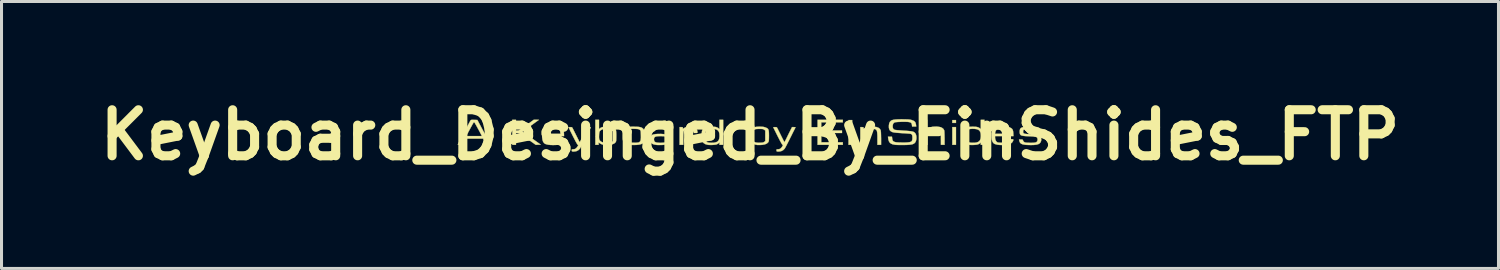
<source format=kicad_pcb>
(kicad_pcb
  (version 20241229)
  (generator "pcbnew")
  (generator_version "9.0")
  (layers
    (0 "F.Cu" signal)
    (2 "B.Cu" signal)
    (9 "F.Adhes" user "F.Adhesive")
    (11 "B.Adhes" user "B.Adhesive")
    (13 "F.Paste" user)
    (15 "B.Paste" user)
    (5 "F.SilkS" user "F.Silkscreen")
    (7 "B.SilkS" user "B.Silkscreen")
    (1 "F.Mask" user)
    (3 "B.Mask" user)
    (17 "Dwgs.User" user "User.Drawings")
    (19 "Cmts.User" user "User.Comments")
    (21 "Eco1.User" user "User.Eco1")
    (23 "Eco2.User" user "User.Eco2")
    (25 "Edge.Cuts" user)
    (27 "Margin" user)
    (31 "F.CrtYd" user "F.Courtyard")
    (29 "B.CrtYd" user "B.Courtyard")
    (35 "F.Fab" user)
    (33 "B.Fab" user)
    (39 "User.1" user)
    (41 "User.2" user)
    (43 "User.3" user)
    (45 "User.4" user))
  (footprint "Keyboard_Desinged_By_EinShides_FTP"
    (layer "F.Cu")
    (at 21.779 1.418)
    (property "Reference" "Keyboard_Desinged_By_EinShides_FTP" (at 0 0 0) (layer "F.SilkS") (effects (font (size 1.524 1.524) (thickness 0.3))))
    (attr through_hole)
    (fp_poly (pts (xy 3.382 -0.4) (xy 3.261 -0.4) (xy 3.261 -0.493) (xy 3.382 -0.493) (xy 3.382 -0.4)) (stroke (width 0.01) (type solid)) (fill yes) (layer "F.SilkS"))
    (fp_poly (pts (xy 3.382 0.325) (xy 3.261 0.325) (xy 3.261 -0.26) (xy 3.382 -0.26) (xy 3.382 0.325)) (stroke (width 0.01) (type solid)) (fill yes) (layer "F.SilkS"))
    (fp_poly (pts (xy 6.818 -0.4) (xy 6.697 -0.4) (xy 6.697 -0.493) (xy 6.818 -0.493) (xy 6.818 -0.4)) (stroke (width 0.01) (type solid)) (fill yes) (layer "F.SilkS"))
    (fp_poly (pts (xy 6.818 0.325) (xy 6.697 0.325) (xy 6.697 -0.26) (xy 6.818 -0.26) (xy 6.818 0.325)) (stroke (width 0.01) (type solid)) (fill yes) (layer "F.SilkS"))
    (fp_poly (pts (xy 3.072 -0.418) (xy 2.358 -0.418) (xy 2.358 -0.149) (xy 3.045 -0.149) (xy 3.045 -0.065) (xy 2.358 -0.065) (xy 2.358 0.242) (xy 3.072 0.242) (xy 3.072 0.325) (xy 2.237 0.325) (xy 2.237 -0.502) (xy 3.072 -0.502) (xy 3.072 -0.418)) (stroke (width 0.01) (type solid)) (fill yes) (layer "F.SilkS"))
    (fp_poly (pts (xy -1.912 -0.274) (xy -1.849 -0.258) (xy -1.799 -0.227) (xy -1.762 -0.182) (xy -1.742 -0.127) (xy -1.738 -0.088) (xy -1.741 -0.074) (xy -1.754 -0.067) (xy -1.785 -0.065) (xy -1.797 -0.065) (xy -1.856 -0.065) (xy -1.864 -0.114) (xy -1.879 -0.157) (xy -1.908 -0.185) (xy -1.954 -0.2) (xy -2.013 -0.204) (xy -2.086 -0.197) (xy -2.143 -0.177) (xy -2.183 -0.145) (xy -2.192 -0.13) (xy -2.199 -0.107) (xy -2.203 -0.065) (xy -2.207 -0.007) (xy -2.209 0.068) (xy -2.209 0.114) (xy -2.21 0.325) (xy -2.331 0.325) (xy -2.331 -0.26) (xy -2.277 -0.26) (xy -2.243 -0.259) (xy -2.227 -0.253) (xy -2.223 -0.238) (xy -2.223 -0.231) (xy -2.223 -0.202) (xy -2.171 -0.235) (xy -2.107 -0.262) (xy -2.028 -0.276) (xy -1.938 -0.277) (xy -1.912 -0.274)) (stroke (width 0.01) (type solid)) (fill yes) (layer "F.SilkS"))
    (fp_poly (pts (xy -7.748 -0.149) (xy -7.696 -0.149) (xy -7.679 -0.149) (xy -7.663 -0.152) (xy -7.646 -0.158) (xy -7.624 -0.169) (xy -7.595 -0.187) (xy -7.557 -0.213) (xy -7.506 -0.249) (xy -7.441 -0.296) (xy -7.403 -0.325) (xy -7.162 -0.501) (xy -7.075 -0.501) (xy -6.988 -0.502) (xy -7.049 -0.458) (xy -7.077 -0.438) (xy -7.119 -0.407) (xy -7.173 -0.368) (xy -7.234 -0.324) (xy -7.298 -0.278) (xy -7.321 -0.261) (xy -7.532 -0.109) (xy -7.23 0.106) (xy -6.928 0.321) (xy -7.011 0.323) (xy -7.093 0.326) (xy -7.368 0.131) (xy -7.447 0.074) (xy -7.51 0.03) (xy -7.559 -0.004) (xy -7.596 -0.028) (xy -7.624 -0.045) (xy -7.646 -0.056) (xy -7.663 -0.062) (xy -7.679 -0.065) (xy -7.694 -0.065) (xy -7.695 -0.065) (xy -7.748 -0.065) (xy -7.748 0.325) (xy -7.869 0.325) (xy -7.869 -0.502) (xy -7.748 -0.502) (xy -7.748 -0.149)) (stroke (width 0.01) (type solid)) (fill yes) (layer "F.SilkS"))
    (fp_poly (pts (xy 5.862 -0.203) (xy 5.908 -0.231) (xy 5.967 -0.255) (xy 6.044 -0.271) (xy 6.134 -0.277) (xy 6.196 -0.276) (xy 6.284 -0.264) (xy 6.351 -0.24) (xy 6.398 -0.205) (xy 6.427 -0.157) (xy 6.428 -0.153) (xy 6.432 -0.133) (xy 6.435 -0.098) (xy 6.437 -0.051) (xy 6.439 0.006) (xy 6.44 0.068) (xy 6.441 0.105) (xy 6.441 0.325) (xy 6.32 0.325) (xy 6.319 0.118) (xy 6.319 0.034) (xy 6.316 -0.035) (xy 6.312 -0.088) (xy 6.303 -0.128) (xy 6.29 -0.158) (xy 6.271 -0.178) (xy 6.245 -0.191) (xy 6.211 -0.198) (xy 6.169 -0.202) (xy 6.145 -0.203) (xy 6.087 -0.204) (xy 6.044 -0.2) (xy 6.003 -0.19) (xy 5.989 -0.186) (xy 5.956 -0.173) (xy 5.93 -0.16) (xy 5.91 -0.143) (xy 5.896 -0.12) (xy 5.886 -0.089) (xy 5.88 -0.047) (xy 5.877 0.007) (xy 5.875 0.077) (xy 5.875 0.118) (xy 5.875 0.325) (xy 5.754 0.325) (xy 5.754 -0.502) (xy 5.862 -0.502) (xy 5.862 -0.203)) (stroke (width 0.01) (type solid)) (fill yes) (layer "F.SilkS"))
    (fp_poly (pts (xy 4.094 -0.276) (xy 4.182 -0.264) (xy 4.249 -0.24) (xy 4.296 -0.205) (xy 4.325 -0.157) (xy 4.326 -0.153) (xy 4.329 -0.133) (xy 4.333 -0.098) (xy 4.335 -0.051) (xy 4.337 0.006) (xy 4.338 0.068) (xy 4.339 0.105) (xy 4.339 0.325) (xy 4.218 0.325) (xy 4.217 0.118) (xy 4.217 0.034) (xy 4.214 -0.035) (xy 4.209 -0.088) (xy 4.201 -0.128) (xy 4.188 -0.158) (xy 4.169 -0.178) (xy 4.143 -0.191) (xy 4.109 -0.198) (xy 4.067 -0.202) (xy 4.043 -0.203) (xy 3.954 -0.201) (xy 3.883 -0.186) (xy 3.831 -0.158) (xy 3.801 -0.127) (xy 3.792 -0.112) (xy 3.785 -0.097) (xy 3.78 -0.078) (xy 3.776 -0.052) (xy 3.774 -0.018) (xy 3.773 0.029) (xy 3.773 0.091) (xy 3.773 0.119) (xy 3.773 0.325) (xy 3.652 0.325) (xy 3.652 -0.26) (xy 3.706 -0.26) (xy 3.74 -0.259) (xy 3.755 -0.253) (xy 3.759 -0.238) (xy 3.759 -0.231) (xy 3.759 -0.203) (xy 3.806 -0.231) (xy 3.865 -0.255) (xy 3.942 -0.271) (xy 4.032 -0.277) (xy 4.094 -0.276)) (stroke (width 0.01) (type solid)) (fill yes) (layer "F.SilkS"))
    (fp_poly (pts (xy -9.133 -0.5) (xy -9.026 -0.497) (xy -8.907 -0.274) (xy -8.867 -0.199) (xy -8.822 -0.116) (xy -8.777 -0.032) (xy -8.734 0.049) (xy -8.697 0.12) (xy -8.687 0.138) (xy -8.586 0.326) (xy -8.723 0.321) (xy -8.778 0.221) (xy -8.833 0.121) (xy -9.136 0.121) (xy -9.439 0.121) (xy -9.493 0.223) (xy -9.547 0.325) (xy -9.611 0.325) (xy -9.648 0.324) (xy -9.671 0.321) (xy -9.675 0.318) (xy -9.67 0.309) (xy -9.658 0.284) (xy -9.638 0.246) (xy -9.613 0.197) (xy -9.582 0.138) (xy -9.548 0.074) (xy -9.528 0.035) (xy -9.392 0.035) (xy -9.379 0.035) (xy -9.344 0.036) (xy -9.289 0.037) (xy -9.22 0.037) (xy -9.141 0.037) (xy -8.878 0.037) (xy -8.888 0.016) (xy -8.901 -0.012) (xy -8.921 -0.052) (xy -8.946 -0.099) (xy -8.974 -0.152) (xy -9.004 -0.206) (xy -9.033 -0.26) (xy -9.06 -0.309) (xy -9.085 -0.352) (xy -9.104 -0.386) (xy -9.117 -0.406) (xy -9.121 -0.412) (xy -9.141 -0.417) (xy -9.15 -0.412) (xy -9.157 -0.402) (xy -9.171 -0.378) (xy -9.192 -0.341) (xy -9.217 -0.296) (xy -9.245 -0.245) (xy -9.274 -0.191) (xy -9.304 -0.137) (xy -9.331 -0.086) (xy -9.355 -0.04) (xy -9.374 -0.003) (xy -9.387 0.023) (xy -9.392 0.035) (xy -9.392 0.035) (xy -9.528 0.035) (xy -9.512 0.004) (xy -9.473 -0.068) (xy -9.435 -0.14) (xy -9.398 -0.211) (xy -9.362 -0.278) (xy -9.33 -0.339) (xy -9.302 -0.391) (xy -9.279 -0.434) (xy -9.262 -0.464) (xy -9.255 -0.477) (xy -9.247 -0.49) (xy -9.235 -0.497) (xy -9.215 -0.5) (xy -9.179 -0.501) (xy -9.133 -0.5)) (stroke (width 0.01) (type solid)) (fill yes) (layer "F.SilkS"))
    (fp_poly (pts (xy -0.889 0.325) (xy -1.011 0.325) (xy -1.011 0.248) (xy -1.039 0.273) (xy -1.072 0.296) (xy -1.108 0.313) (xy -1.146 0.321) (xy -1.202 0.327) (xy -1.266 0.331) (xy -1.329 0.331) (xy -1.381 0.328) (xy -1.397 0.326) (xy -1.472 0.306) (xy -1.529 0.273) (xy -1.563 0.237) (xy -1.575 0.219) (xy -1.584 0.202) (xy -1.59 0.183) (xy -1.594 0.159) (xy -1.596 0.125) (xy -1.597 0.079) (xy -1.597 0.028) (xy -1.597 0.023) (xy -1.475 0.023) (xy -1.474 0.091) (xy -1.471 0.143) (xy -1.464 0.182) (xy -1.452 0.209) (xy -1.436 0.228) (xy -1.413 0.241) (xy -1.396 0.247) (xy -1.345 0.256) (xy -1.28 0.259) (xy -1.212 0.257) (xy -1.156 0.249) (xy -1.102 0.232) (xy -1.062 0.205) (xy -1.034 0.167) (xy -1.018 0.115) (xy -1.011 0.047) (xy -1.011 0.028) (xy -1.015 -0.044) (xy -1.029 -0.1) (xy -1.054 -0.141) (xy -1.091 -0.171) (xy -1.142 -0.19) (xy -1.156 -0.194) (xy -1.221 -0.202) (xy -1.293 -0.204) (xy -1.359 -0.199) (xy -1.386 -0.194) (xy -1.416 -0.185) (xy -1.439 -0.171) (xy -1.455 -0.151) (xy -1.466 -0.121) (xy -1.472 -0.079) (xy -1.475 -0.024) (xy -1.475 0.023) (xy -1.597 0.023) (xy -1.597 -0.031) (xy -1.596 -0.075) (xy -1.593 -0.107) (xy -1.589 -0.131) (xy -1.583 -0.149) (xy -1.574 -0.166) (xy -1.563 -0.181) (xy -1.528 -0.22) (xy -1.484 -0.247) (xy -1.428 -0.264) (xy -1.354 -0.272) (xy -1.28 -0.274) (xy -1.199 -0.272) (xy -1.139 -0.265) (xy -1.093 -0.252) (xy -1.056 -0.231) (xy -1.039 -0.217) (xy -1.011 -0.193) (xy -1.011 -0.502) (xy -0.889 -0.502) (xy -0.889 0.325)) (stroke (width 0.01) (type solid)) (fill yes) (layer "F.SilkS"))
    (fp_poly (pts (xy 7.761 0.325) (xy 7.64 0.325) (xy 7.64 0.248) (xy 7.612 0.273) (xy 7.579 0.296) (xy 7.543 0.313) (xy 7.505 0.321) (xy 7.449 0.327) (xy 7.385 0.331) (xy 7.322 0.331) (xy 7.27 0.328) (xy 7.254 0.326) (xy 7.178 0.306) (xy 7.122 0.273) (xy 7.088 0.237) (xy 7.076 0.219) (xy 7.067 0.202) (xy 7.061 0.183) (xy 7.057 0.159) (xy 7.055 0.125) (xy 7.054 0.079) (xy 7.054 0.028) (xy 7.054 0.023) (xy 7.176 0.023) (xy 7.176 0.091) (xy 7.18 0.143) (xy 7.187 0.182) (xy 7.198 0.209) (xy 7.215 0.228) (xy 7.238 0.241) (xy 7.255 0.247) (xy 7.306 0.256) (xy 7.371 0.259) (xy 7.439 0.257) (xy 7.495 0.249) (xy 7.548 0.232) (xy 7.589 0.205) (xy 7.616 0.167) (xy 7.633 0.115) (xy 7.64 0.047) (xy 7.64 0.028) (xy 7.636 -0.044) (xy 7.622 -0.1) (xy 7.597 -0.141) (xy 7.56 -0.171) (xy 7.509 -0.19) (xy 7.495 -0.194) (xy 7.43 -0.202) (xy 7.358 -0.204) (xy 7.292 -0.199) (xy 7.265 -0.194) (xy 7.234 -0.185) (xy 7.212 -0.171) (xy 7.196 -0.151) (xy 7.185 -0.121) (xy 7.179 -0.079) (xy 7.176 -0.024) (xy 7.176 0.023) (xy 7.054 0.023) (xy 7.054 -0.031) (xy 7.055 -0.075) (xy 7.057 -0.107) (xy 7.061 -0.131) (xy 7.068 -0.149) (xy 7.077 -0.166) (xy 7.088 -0.181) (xy 7.123 -0.22) (xy 7.166 -0.247) (xy 7.223 -0.264) (xy 7.297 -0.272) (xy 7.371 -0.274) (xy 7.452 -0.272) (xy 7.512 -0.265) (xy 7.558 -0.252) (xy 7.595 -0.231) (xy 7.612 -0.217) (xy 7.64 -0.193) (xy 7.64 -0.502) (xy 7.761 -0.502) (xy 7.761 0.325)) (stroke (width 0.01) (type solid)) (fill yes) (layer "F.SilkS"))
    (fp_poly (pts (xy -4.999 -0.193) (xy -4.971 -0.217) (xy -4.935 -0.243) (xy -4.892 -0.26) (xy -4.837 -0.27) (xy -4.763 -0.274) (xy -4.736 -0.274) (xy -4.673 -0.273) (xy -4.627 -0.27) (xy -4.59 -0.264) (xy -4.552 -0.252) (xy -4.548 -0.251) (xy -4.511 -0.236) (xy -4.482 -0.221) (xy -4.46 -0.202) (xy -4.445 -0.177) (xy -4.435 -0.143) (xy -4.43 -0.098) (xy -4.427 -0.039) (xy -4.426 0.028) (xy -4.427 0.091) (xy -4.428 0.139) (xy -4.43 0.175) (xy -4.433 0.2) (xy -4.438 0.219) (xy -4.446 0.234) (xy -4.454 0.246) (xy -4.497 0.284) (xy -4.561 0.311) (xy -4.646 0.327) (xy -4.707 0.331) (xy -4.757 0.332) (xy -4.796 0.332) (xy -4.817 0.331) (xy -4.817 0.331) (xy -4.84 0.326) (xy -4.868 0.321) (xy -4.9 0.312) (xy -4.939 0.294) (xy -4.959 0.282) (xy -5.013 0.249) (xy -5.013 0.325) (xy -5.12 0.325) (xy -5.12 0.063) (xy -4.999 0.063) (xy -4.997 0.108) (xy -4.992 0.143) (xy -4.981 0.168) (xy -4.965 0.19) (xy -4.943 0.209) (xy -4.906 0.233) (xy -4.863 0.249) (xy -4.808 0.256) (xy -4.734 0.258) (xy -4.72 0.257) (xy -4.666 0.255) (xy -4.632 0.251) (xy -4.607 0.243) (xy -4.585 0.23) (xy -4.548 0.204) (xy -4.548 -0.148) (xy -4.585 -0.174) (xy -4.605 -0.186) (xy -4.625 -0.194) (xy -4.652 -0.198) (xy -4.693 -0.2) (xy -4.742 -0.2) (xy -4.804 -0.199) (xy -4.846 -0.196) (xy -4.875 -0.191) (xy -4.898 -0.181) (xy -4.9 -0.181) (xy -4.936 -0.16) (xy -4.962 -0.14) (xy -4.979 -0.116) (xy -4.989 -0.084) (xy -4.995 -0.041) (xy -4.997 0.002) (xy -4.999 0.063) (xy -5.12 0.063) (xy -5.12 -0.502) (xy -4.999 -0.502) (xy -4.999 -0.193)) (stroke (width 0.01) (type solid)) (fill yes) (layer "F.SilkS"))
    (fp_poly (pts (xy 0.054 -0.193) (xy 0.082 -0.217) (xy 0.118 -0.243) (xy 0.161 -0.26) (xy 0.216 -0.27) (xy 0.29 -0.274) (xy 0.317 -0.274) (xy 0.38 -0.273) (xy 0.426 -0.27) (xy 0.463 -0.264) (xy 0.501 -0.252) (xy 0.505 -0.251) (xy 0.542 -0.236) (xy 0.571 -0.221) (xy 0.593 -0.202) (xy 0.608 -0.177) (xy 0.618 -0.143) (xy 0.624 -0.098) (xy 0.626 -0.039) (xy 0.627 0.028) (xy 0.626 0.091) (xy 0.625 0.139) (xy 0.623 0.175) (xy 0.62 0.2) (xy 0.615 0.219) (xy 0.607 0.234) (xy 0.599 0.246) (xy 0.556 0.284) (xy 0.492 0.311) (xy 0.407 0.327) (xy 0.346 0.331) (xy 0.296 0.332) (xy 0.257 0.332) (xy 0.236 0.331) (xy 0.236 0.331) (xy 0.213 0.326) (xy 0.185 0.321) (xy 0.153 0.312) (xy 0.114 0.294) (xy 0.094 0.282) (xy 0.04 0.249) (xy 0.04 0.325) (xy -0.067 0.325) (xy -0.067 0.063) (xy 0.055 0.063) (xy 0.056 0.108) (xy 0.061 0.143) (xy 0.072 0.168) (xy 0.088 0.19) (xy 0.11 0.209) (xy 0.147 0.233) (xy 0.19 0.249) (xy 0.245 0.256) (xy 0.319 0.258) (xy 0.333 0.257) (xy 0.387 0.255) (xy 0.421 0.251) (xy 0.446 0.243) (xy 0.468 0.23) (xy 0.505 0.204) (xy 0.505 -0.148) (xy 0.468 -0.174) (xy 0.448 -0.186) (xy 0.428 -0.194) (xy 0.401 -0.198) (xy 0.36 -0.2) (xy 0.311 -0.2) (xy 0.249 -0.199) (xy 0.207 -0.196) (xy 0.178 -0.191) (xy 0.155 -0.181) (xy 0.153 -0.181) (xy 0.117 -0.16) (xy 0.091 -0.14) (xy 0.074 -0.116) (xy 0.064 -0.084) (xy 0.058 -0.041) (xy 0.056 0.002) (xy 0.055 0.063) (xy -0.067 0.063) (xy -0.067 -0.502) (xy 0.054 -0.502) (xy 0.054 -0.193)) (stroke (width 0.01) (type solid)) (fill yes) (layer "F.SilkS"))
    (fp_poly (pts (xy -5.289 -0.259) (xy -5.274 -0.255) (xy -5.274 -0.246) (xy -5.275 -0.244) (xy -5.281 -0.232) (xy -5.295 -0.204) (xy -5.316 -0.163) (xy -5.342 -0.11) (xy -5.373 -0.048) (xy -5.408 0.021) (xy -5.445 0.095) (xy -5.445 0.096) (xy -5.483 0.172) (xy -5.519 0.243) (xy -5.552 0.307) (xy -5.581 0.363) (xy -5.605 0.407) (xy -5.622 0.439) (xy -5.632 0.454) (xy -5.678 0.5) (xy -5.735 0.531) (xy -5.758 0.538) (xy -5.796 0.545) (xy -5.839 0.548) (xy -5.875 0.547) (xy -5.893 0.542) (xy -5.899 0.529) (xy -5.902 0.507) (xy -5.902 0.505) (xy -5.9 0.484) (xy -5.887 0.475) (xy -5.858 0.474) (xy -5.807 0.468) (xy -5.766 0.447) (xy -5.73 0.41) (xy -5.718 0.393) (xy -5.698 0.359) (xy -5.688 0.339) (xy -5.69 0.328) (xy -5.702 0.325) (xy -5.703 0.325) (xy -5.712 0.317) (xy -5.728 0.292) (xy -5.751 0.252) (xy -5.78 0.2) (xy -5.813 0.136) (xy -5.851 0.062) (xy -5.862 0.041) (xy -5.896 -0.028) (xy -5.928 -0.092) (xy -5.956 -0.148) (xy -5.978 -0.194) (xy -5.995 -0.228) (xy -6.005 -0.248) (xy -6.008 -0.252) (xy -5.998 -0.257) (xy -5.97 -0.26) (xy -5.952 -0.26) (xy -5.913 -0.259) (xy -5.893 -0.253) (xy -5.88 -0.238) (xy -5.876 -0.23) (xy -5.867 -0.213) (xy -5.851 -0.181) (xy -5.829 -0.137) (xy -5.803 -0.084) (xy -5.773 -0.025) (xy -5.751 0.019) (xy -5.721 0.079) (xy -5.694 0.133) (xy -5.671 0.178) (xy -5.654 0.213) (xy -5.642 0.234) (xy -5.639 0.24) (xy -5.634 0.233) (xy -5.622 0.211) (xy -5.604 0.177) (xy -5.583 0.136) (xy -5.575 0.119) (xy -5.546 0.06) (xy -5.513 -0.008) (xy -5.479 -0.077) (xy -5.451 -0.132) (xy -5.386 -0.26) (xy -5.326 -0.26) (xy -5.289 -0.259)) (stroke (width 0.01) (type solid)) (fill yes) (layer "F.SilkS"))
    (fp_poly (pts (xy 1.489 -0.259) (xy 1.504 -0.255) (xy 1.504 -0.246) (xy 1.503 -0.244) (xy 1.497 -0.232) (xy 1.482 -0.204) (xy 1.462 -0.163) (xy 1.435 -0.11) (xy 1.404 -0.048) (xy 1.37 0.021) (xy 1.333 0.095) (xy 1.332 0.096) (xy 1.295 0.172) (xy 1.259 0.243) (xy 1.226 0.307) (xy 1.197 0.363) (xy 1.173 0.407) (xy 1.156 0.439) (xy 1.146 0.454) (xy 1.1 0.5) (xy 1.043 0.531) (xy 1.02 0.538) (xy 0.981 0.545) (xy 0.939 0.548) (xy 0.903 0.547) (xy 0.885 0.542) (xy 0.879 0.529) (xy 0.876 0.507) (xy 0.876 0.505) (xy 0.878 0.484) (xy 0.891 0.475) (xy 0.92 0.474) (xy 0.971 0.468) (xy 1.012 0.447) (xy 1.048 0.41) (xy 1.059 0.393) (xy 1.08 0.359) (xy 1.089 0.339) (xy 1.088 0.328) (xy 1.076 0.325) (xy 1.075 0.325) (xy 1.066 0.317) (xy 1.05 0.292) (xy 1.027 0.252) (xy 0.998 0.2) (xy 0.965 0.136) (xy 0.927 0.062) (xy 0.916 0.041) (xy 0.882 -0.028) (xy 0.85 -0.092) (xy 0.822 -0.148) (xy 0.799 -0.194) (xy 0.782 -0.228) (xy 0.772 -0.248) (xy 0.77 -0.252) (xy 0.78 -0.257) (xy 0.808 -0.26) (xy 0.826 -0.26) (xy 0.864 -0.259) (xy 0.885 -0.253) (xy 0.898 -0.238) (xy 0.902 -0.23) (xy 0.911 -0.213) (xy 0.927 -0.181) (xy 0.949 -0.137) (xy 0.975 -0.084) (xy 1.005 -0.025) (xy 1.026 0.019) (xy 1.056 0.079) (xy 1.083 0.133) (xy 1.106 0.178) (xy 1.124 0.213) (xy 1.135 0.234) (xy 1.139 0.24) (xy 1.144 0.233) (xy 1.156 0.211) (xy 1.174 0.177) (xy 1.195 0.136) (xy 1.203 0.119) (xy 1.232 0.06) (xy 1.265 -0.008) (xy 1.299 -0.077) (xy 1.327 -0.132) (xy 1.391 -0.26) (xy 1.452 -0.26) (xy 1.489 -0.259)) (stroke (width 0.01) (type solid)) (fill yes) (layer "F.SilkS"))
    (fp_poly (pts (xy -6.449 -0.274) (xy -6.397 -0.272) (xy -6.359 -0.269) (xy -6.329 -0.264) (xy -6.3 -0.255) (xy -6.287 -0.251) (xy -6.239 -0.231) (xy -6.205 -0.206) (xy -6.182 -0.174) (xy -6.168 -0.131) (xy -6.161 -0.074) (xy -6.16 -0.058) (xy -6.156 0.037) (xy -6.764 0.037) (xy -6.764 0.079) (xy -6.759 0.133) (xy -6.743 0.181) (xy -6.72 0.218) (xy -6.702 0.233) (xy -6.683 0.244) (xy -6.661 0.25) (xy -6.628 0.254) (xy -6.579 0.257) (xy -6.538 0.258) (xy -6.455 0.258) (xy -6.393 0.253) (xy -6.349 0.242) (xy -6.319 0.222) (xy -6.298 0.194) (xy -6.293 0.184) (xy -6.28 0.157) (xy -6.266 0.144) (xy -6.244 0.14) (xy -6.215 0.139) (xy -6.181 0.141) (xy -6.162 0.148) (xy -6.158 0.163) (xy -6.166 0.191) (xy -6.173 0.209) (xy -6.204 0.254) (xy -6.256 0.291) (xy -6.322 0.317) (xy -6.357 0.324) (xy -6.432 0.331) (xy -6.518 0.334) (xy -6.602 0.331) (xy -6.674 0.324) (xy -6.686 0.322) (xy -6.731 0.311) (xy -6.771 0.299) (xy -6.781 0.295) (xy -6.82 0.267) (xy -6.851 0.221) (xy -6.871 0.16) (xy -6.882 0.084) (xy -6.883 -0.007) (xy -6.882 -0.03) (xy -6.881 -0.037) (xy -6.768 -0.037) (xy -6.276 -0.037) (xy -6.282 -0.093) (xy -6.288 -0.129) (xy -6.3 -0.153) (xy -6.321 -0.172) (xy -6.324 -0.174) (xy -6.343 -0.186) (xy -6.364 -0.194) (xy -6.394 -0.198) (xy -6.439 -0.201) (xy -6.486 -0.203) (xy -6.576 -0.203) (xy -6.643 -0.198) (xy -6.691 -0.186) (xy -6.724 -0.164) (xy -6.745 -0.132) (xy -6.758 -0.088) (xy -6.759 -0.085) (xy -6.768 -0.037) (xy -6.881 -0.037) (xy -6.874 -0.098) (xy -6.861 -0.15) (xy -6.841 -0.19) (xy -6.811 -0.22) (xy -6.77 -0.243) (xy -6.751 -0.251) (xy -6.723 -0.261) (xy -6.696 -0.267) (xy -6.665 -0.271) (xy -6.621 -0.273) (xy -6.56 -0.274) (xy -6.522 -0.274) (xy -6.449 -0.274)) (stroke (width 0.01) (type solid)) (fill yes) (layer "F.SilkS"))
    (fp_poly (pts (xy 8.427 -0.274) (xy 8.479 -0.272) (xy 8.517 -0.269) (xy 8.547 -0.264) (xy 8.576 -0.255) (xy 8.589 -0.251) (xy 8.637 -0.231) (xy 8.671 -0.206) (xy 8.694 -0.174) (xy 8.708 -0.131) (xy 8.715 -0.074) (xy 8.716 -0.058) (xy 8.721 0.037) (xy 8.112 0.037) (xy 8.112 0.079) (xy 8.117 0.133) (xy 8.133 0.181) (xy 8.156 0.218) (xy 8.174 0.233) (xy 8.193 0.244) (xy 8.215 0.25) (xy 8.248 0.254) (xy 8.298 0.257) (xy 8.338 0.258) (xy 8.422 0.258) (xy 8.483 0.253) (xy 8.527 0.242) (xy 8.557 0.222) (xy 8.578 0.194) (xy 8.583 0.184) (xy 8.597 0.157) (xy 8.61 0.144) (xy 8.632 0.14) (xy 8.661 0.139) (xy 8.695 0.141) (xy 8.714 0.148) (xy 8.718 0.163) (xy 8.71 0.191) (xy 8.703 0.209) (xy 8.672 0.254) (xy 8.62 0.291) (xy 8.554 0.317) (xy 8.519 0.324) (xy 8.444 0.331) (xy 8.358 0.334) (xy 8.274 0.331) (xy 8.202 0.324) (xy 8.191 0.322) (xy 8.145 0.311) (xy 8.105 0.299) (xy 8.095 0.295) (xy 8.056 0.267) (xy 8.026 0.221) (xy 8.005 0.16) (xy 7.994 0.084) (xy 7.993 -0.007) (xy 7.995 -0.03) (xy 7.995 -0.037) (xy 8.108 -0.037) (xy 8.6 -0.037) (xy 8.594 -0.093) (xy 8.588 -0.129) (xy 8.576 -0.153) (xy 8.555 -0.172) (xy 8.553 -0.174) (xy 8.533 -0.186) (xy 8.512 -0.194) (xy 8.482 -0.198) (xy 8.437 -0.201) (xy 8.39 -0.203) (xy 8.3 -0.203) (xy 8.233 -0.198) (xy 8.185 -0.186) (xy 8.152 -0.164) (xy 8.131 -0.132) (xy 8.118 -0.088) (xy 8.118 -0.085) (xy 8.108 -0.037) (xy 7.995 -0.037) (xy 8.002 -0.098) (xy 8.015 -0.15) (xy 8.035 -0.19) (xy 8.065 -0.22) (xy 8.107 -0.243) (xy 8.125 -0.251) (xy 8.153 -0.261) (xy 8.18 -0.267) (xy 8.212 -0.271) (xy 8.255 -0.273) (xy 8.316 -0.274) (xy 8.354 -0.274) (xy 8.427 -0.274)) (stroke (width 0.01) (type solid)) (fill yes) (layer "F.SilkS"))
    (fp_poly (pts (xy -3.756 -0.272) (xy -3.68 -0.267) (xy -3.623 -0.256) (xy -3.579 -0.239) (xy -3.547 -0.215) (xy -3.528 -0.194) (xy -3.517 -0.179) (xy -3.509 -0.164) (xy -3.504 -0.146) (xy -3.5 -0.122) (xy -3.498 -0.09) (xy -3.497 -0.045) (xy -3.497 0.015) (xy -3.497 0.028) (xy -3.497 0.091) (xy -3.498 0.139) (xy -3.5 0.175) (xy -3.503 0.2) (xy -3.509 0.219) (xy -3.516 0.234) (xy -3.524 0.246) (xy -3.559 0.28) (xy -3.607 0.304) (xy -3.672 0.32) (xy -3.758 0.329) (xy -3.819 0.331) (xy -3.882 0.331) (xy -3.941 0.33) (xy -3.987 0.328) (xy -4.003 0.326) (xy -4.08 0.308) (xy -4.139 0.276) (xy -4.177 0.237) (xy -4.189 0.219) (xy -4.198 0.202) (xy -4.204 0.183) (xy -4.208 0.159) (xy -4.21 0.125) (xy -4.211 0.079) (xy -4.211 0.028) (xy -4.211 0.023) (xy -4.089 0.023) (xy -4.088 0.096) (xy -4.084 0.152) (xy -4.073 0.194) (xy -4.054 0.224) (xy -4.024 0.243) (xy -3.982 0.254) (xy -3.925 0.258) (xy -3.851 0.258) (xy -3.831 0.258) (xy -3.765 0.256) (xy -3.72 0.253) (xy -3.69 0.248) (xy -3.67 0.24) (xy -3.666 0.238) (xy -3.646 0.221) (xy -3.631 0.2) (xy -3.621 0.171) (xy -3.615 0.131) (xy -3.612 0.078) (xy -3.613 0.01) (xy -3.613 0.002) (xy -3.615 -0.054) (xy -3.617 -0.094) (xy -3.62 -0.123) (xy -3.625 -0.142) (xy -3.632 -0.155) (xy -3.642 -0.164) (xy -3.655 -0.174) (xy -3.674 -0.186) (xy -3.695 -0.193) (xy -3.724 -0.198) (xy -3.769 -0.201) (xy -3.818 -0.203) (xy -3.901 -0.204) (xy -3.966 -0.201) (xy -4.013 -0.192) (xy -4.047 -0.174) (xy -4.069 -0.146) (xy -4.082 -0.106) (xy -4.088 -0.051) (xy -4.089 0.021) (xy -4.089 0.023) (xy -4.211 0.023) (xy -4.211 -0.031) (xy -4.21 -0.075) (xy -4.208 -0.107) (xy -4.203 -0.131) (xy -4.197 -0.149) (xy -4.188 -0.166) (xy -4.177 -0.181) (xy -4.143 -0.218) (xy -4.098 -0.245) (xy -4.083 -0.251) (xy -4.055 -0.261) (xy -4.028 -0.267) (xy -3.997 -0.271) (xy -3.953 -0.273) (xy -3.892 -0.274) (xy -3.854 -0.274) (xy -3.756 -0.272)) (stroke (width 0.01) (type solid)) (fill yes) (layer "F.SilkS"))
    (fp_poly (pts (xy 9.387 -0.272) (xy 9.466 -0.266) (xy 9.525 -0.255) (xy 9.567 -0.238) (xy 9.594 -0.214) (xy 9.612 -0.181) (xy 9.617 -0.164) (xy 9.625 -0.13) (xy 9.565 -0.13) (xy 9.527 -0.132) (xy 9.506 -0.138) (xy 9.493 -0.153) (xy 9.491 -0.157) (xy 9.47 -0.178) (xy 9.432 -0.192) (xy 9.375 -0.201) (xy 9.296 -0.204) (xy 9.225 -0.203) (xy 9.151 -0.199) (xy 9.1 -0.192) (xy 9.067 -0.18) (xy 9.049 -0.159) (xy 9.042 -0.13) (xy 9.042 -0.111) (xy 9.043 -0.086) (xy 9.049 -0.067) (xy 9.063 -0.053) (xy 9.089 -0.043) (xy 9.129 -0.035) (xy 9.187 -0.03) (xy 9.266 -0.027) (xy 9.34 -0.024) (xy 9.423 -0.02) (xy 9.485 -0.014) (xy 9.53 -0.006) (xy 9.565 0.007) (xy 9.59 0.02) (xy 9.618 0.049) (xy 9.635 0.09) (xy 9.642 0.139) (xy 9.637 0.191) (xy 9.636 0.198) (xy 9.617 0.244) (xy 9.586 0.28) (xy 9.541 0.305) (xy 9.477 0.322) (xy 9.393 0.331) (xy 9.287 0.334) (xy 9.279 0.333) (xy 9.217 0.332) (xy 9.157 0.329) (xy 9.111 0.326) (xy 9.108 0.325) (xy 9.032 0.312) (xy 8.977 0.29) (xy 8.941 0.258) (xy 8.92 0.213) (xy 8.915 0.193) (xy 8.905 0.149) (xy 8.966 0.149) (xy 9.004 0.15) (xy 9.023 0.155) (xy 9.032 0.169) (xy 9.036 0.18) (xy 9.052 0.21) (xy 9.077 0.234) (xy 9.095 0.244) (xy 9.116 0.25) (xy 9.147 0.254) (xy 9.193 0.257) (xy 9.255 0.259) (xy 9.343 0.259) (xy 9.408 0.256) (xy 9.454 0.247) (xy 9.486 0.233) (xy 9.505 0.211) (xy 9.513 0.195) (xy 9.521 0.145) (xy 9.508 0.097) (xy 9.498 0.082) (xy 9.481 0.07) (xy 9.449 0.06) (xy 9.399 0.053) (xy 9.328 0.047) (xy 9.233 0.043) (xy 9.224 0.042) (xy 9.126 0.038) (xy 9.053 0.031) (xy 9 0.021) (xy 8.964 0.005) (xy 8.942 -0.019) (xy 8.931 -0.051) (xy 8.927 -0.093) (xy 8.927 -0.112) (xy 8.931 -0.161) (xy 8.943 -0.2) (xy 8.967 -0.229) (xy 9.006 -0.25) (xy 9.061 -0.263) (xy 9.137 -0.271) (xy 9.235 -0.274) (xy 9.284 -0.274) (xy 9.387 -0.272)) (stroke (width 0.01) (type solid)) (fill yes) (layer "F.SilkS"))
    (fp_poly (pts (xy -2.841 -0.272) (xy -2.761 -0.267) (xy -2.701 -0.257) (xy -2.658 -0.24) (xy -2.629 -0.216) (xy -2.61 -0.183) (xy -2.6 -0.148) (xy -2.596 -0.12) (xy -2.593 -0.078) (xy -2.59 -0.025) (xy -2.588 0.035) (xy -2.588 0.099) (xy -2.587 0.118) (xy -2.587 0.325) (xy -2.648 0.325) (xy -2.685 0.324) (xy -2.703 0.32) (xy -2.708 0.308) (xy -2.708 0.302) (xy -2.708 0.278) (xy -2.745 0.297) (xy -2.783 0.311) (xy -2.83 0.322) (xy -2.843 0.325) (xy -2.892 0.33) (xy -2.954 0.332) (xy -3.019 0.333) (xy -3.076 0.331) (xy -3.106 0.328) (xy -3.177 0.315) (xy -3.226 0.297) (xy -3.261 0.272) (xy -3.275 0.255) (xy -3.289 0.231) (xy -3.298 0.207) (xy -3.301 0.177) (xy -3.3 0.139) (xy -3.18 0.139) (xy -3.175 0.186) (xy -3.158 0.219) (xy -3.127 0.24) (xy -3.109 0.246) (xy -3.064 0.254) (xy -3.002 0.259) (xy -2.933 0.259) (xy -2.866 0.255) (xy -2.823 0.25) (xy -2.769 0.237) (xy -2.736 0.217) (xy -2.72 0.188) (xy -2.715 0.147) (xy -2.717 0.114) (xy -2.723 0.093) (xy -2.738 0.078) (xy -2.752 0.07) (xy -2.799 0.052) (xy -2.867 0.041) (xy -2.953 0.038) (xy -3.029 0.04) (xy -3.097 0.047) (xy -3.143 0.063) (xy -3.169 0.089) (xy -3.18 0.127) (xy -3.18 0.139) (xy -3.3 0.139) (xy -3.299 0.134) (xy -3.299 0.131) (xy -3.292 0.074) (xy -3.276 0.033) (xy -3.247 0.003) (xy -3.202 -0.016) (xy -3.137 -0.028) (xy -3.049 -0.034) (xy -3.048 -0.034) (xy -2.947 -0.035) (xy -2.858 -0.028) (xy -2.786 -0.015) (xy -2.741 0.002) (xy -2.704 0.022) (xy -2.712 -0.063) (xy -2.717 -0.103) (xy -2.724 -0.137) (xy -2.732 -0.161) (xy -2.735 -0.166) (xy -2.763 -0.184) (xy -2.817 -0.197) (xy -2.893 -0.203) (xy -2.946 -0.204) (xy -3.022 -0.202) (xy -3.077 -0.195) (xy -3.113 -0.182) (xy -3.136 -0.162) (xy -3.142 -0.153) (xy -3.155 -0.133) (xy -3.171 -0.124) (xy -3.202 -0.121) (xy -3.218 -0.121) (xy -3.278 -0.121) (xy -3.271 -0.158) (xy -3.258 -0.197) (xy -3.236 -0.226) (xy -3.201 -0.247) (xy -3.15 -0.261) (xy -3.08 -0.27) (xy -2.987 -0.273) (xy -2.944 -0.274) (xy -2.841 -0.272)) (stroke (width 0.01) (type solid)) (fill yes) (layer "F.SilkS"))
    (fp_poly (pts (xy 5.103 -0.518) (xy 5.181 -0.516) (xy 5.238 -0.514) (xy 5.28 -0.51) (xy 5.314 -0.505) (xy 5.344 -0.497) (xy 5.367 -0.489) (xy 5.421 -0.466) (xy 5.457 -0.438) (xy 5.48 -0.4) (xy 5.493 -0.349) (xy 5.495 -0.338) (xy 5.501 -0.279) (xy 5.366 -0.279) (xy 5.36 -0.336) (xy 5.351 -0.377) (xy 5.331 -0.404) (xy 5.296 -0.421) (xy 5.24 -0.431) (xy 5.222 -0.433) (xy 5.168 -0.435) (xy 5.102 -0.436) (xy 5.029 -0.436) (xy 4.956 -0.433) (xy 4.889 -0.43) (xy 4.835 -0.425) (xy 4.799 -0.42) (xy 4.795 -0.419) (xy 4.758 -0.397) (xy 4.735 -0.362) (xy 4.724 -0.311) (xy 4.723 -0.287) (xy 4.728 -0.236) (xy 4.745 -0.2) (xy 4.774 -0.177) (xy 4.802 -0.168) (xy 4.83 -0.164) (xy 4.878 -0.159) (xy 4.943 -0.154) (xy 5.018 -0.148) (xy 5.073 -0.144) (xy 5.181 -0.137) (xy 5.264 -0.13) (xy 5.329 -0.123) (xy 5.376 -0.114) (xy 5.412 -0.103) (xy 5.438 -0.088) (xy 5.458 -0.07) (xy 5.474 -0.052) (xy 5.495 -0.009) (xy 5.507 0.045) (xy 5.51 0.103) (xy 5.503 0.161) (xy 5.487 0.214) (xy 5.462 0.255) (xy 5.455 0.262) (xy 5.427 0.285) (xy 5.393 0.302) (xy 5.349 0.314) (xy 5.291 0.322) (xy 5.215 0.328) (xy 5.117 0.331) (xy 5.08 0.331) (xy 5.001 0.331) (xy 4.926 0.331) (xy 4.863 0.329) (xy 4.818 0.327) (xy 4.801 0.325) (xy 4.725 0.31) (xy 4.668 0.287) (xy 4.626 0.253) (xy 4.598 0.208) (xy 4.58 0.148) (xy 4.576 0.118) (xy 4.567 0.056) (xy 4.699 0.056) (xy 4.706 0.117) (xy 4.714 0.16) (xy 4.729 0.192) (xy 4.755 0.216) (xy 4.794 0.233) (xy 4.85 0.243) (xy 4.926 0.248) (xy 5.024 0.25) (xy 5.04 0.25) (xy 5.144 0.25) (xy 5.224 0.246) (xy 5.284 0.238) (xy 5.326 0.224) (xy 5.353 0.204) (xy 5.368 0.174) (xy 5.375 0.135) (xy 5.376 0.094) (xy 5.374 0.041) (xy 5.367 0.005) (xy 5.352 -0.02) (xy 5.329 -0.034) (xy 5.299 -0.041) (xy 5.273 -0.044) (xy 5.226 -0.047) (xy 5.163 -0.052) (xy 5.089 -0.057) (xy 5.033 -0.06) (xy 4.931 -0.067) (xy 4.852 -0.073) (xy 4.793 -0.079) (xy 4.748 -0.087) (xy 4.714 -0.096) (xy 4.688 -0.107) (xy 4.665 -0.121) (xy 4.663 -0.122) (xy 4.63 -0.151) (xy 4.609 -0.189) (xy 4.598 -0.237) (xy 4.597 -0.299) (xy 4.597 -0.311) (xy 4.606 -0.376) (xy 4.626 -0.426) (xy 4.658 -0.464) (xy 4.691 -0.485) (xy 4.735 -0.5) (xy 4.805 -0.511) (xy 4.897 -0.517) (xy 5.009 -0.519) (xy 5.103 -0.518)) (stroke (width 0.01) (type solid)) (fill yes) (layer "F.SilkS")))
  (gr_rect
    (start -3 -3)
    (end 46.557 5.836)
    (stroke (width 0.1) (type default))
    (fill no)
    (layer "Edge.Cuts")))
</source>
